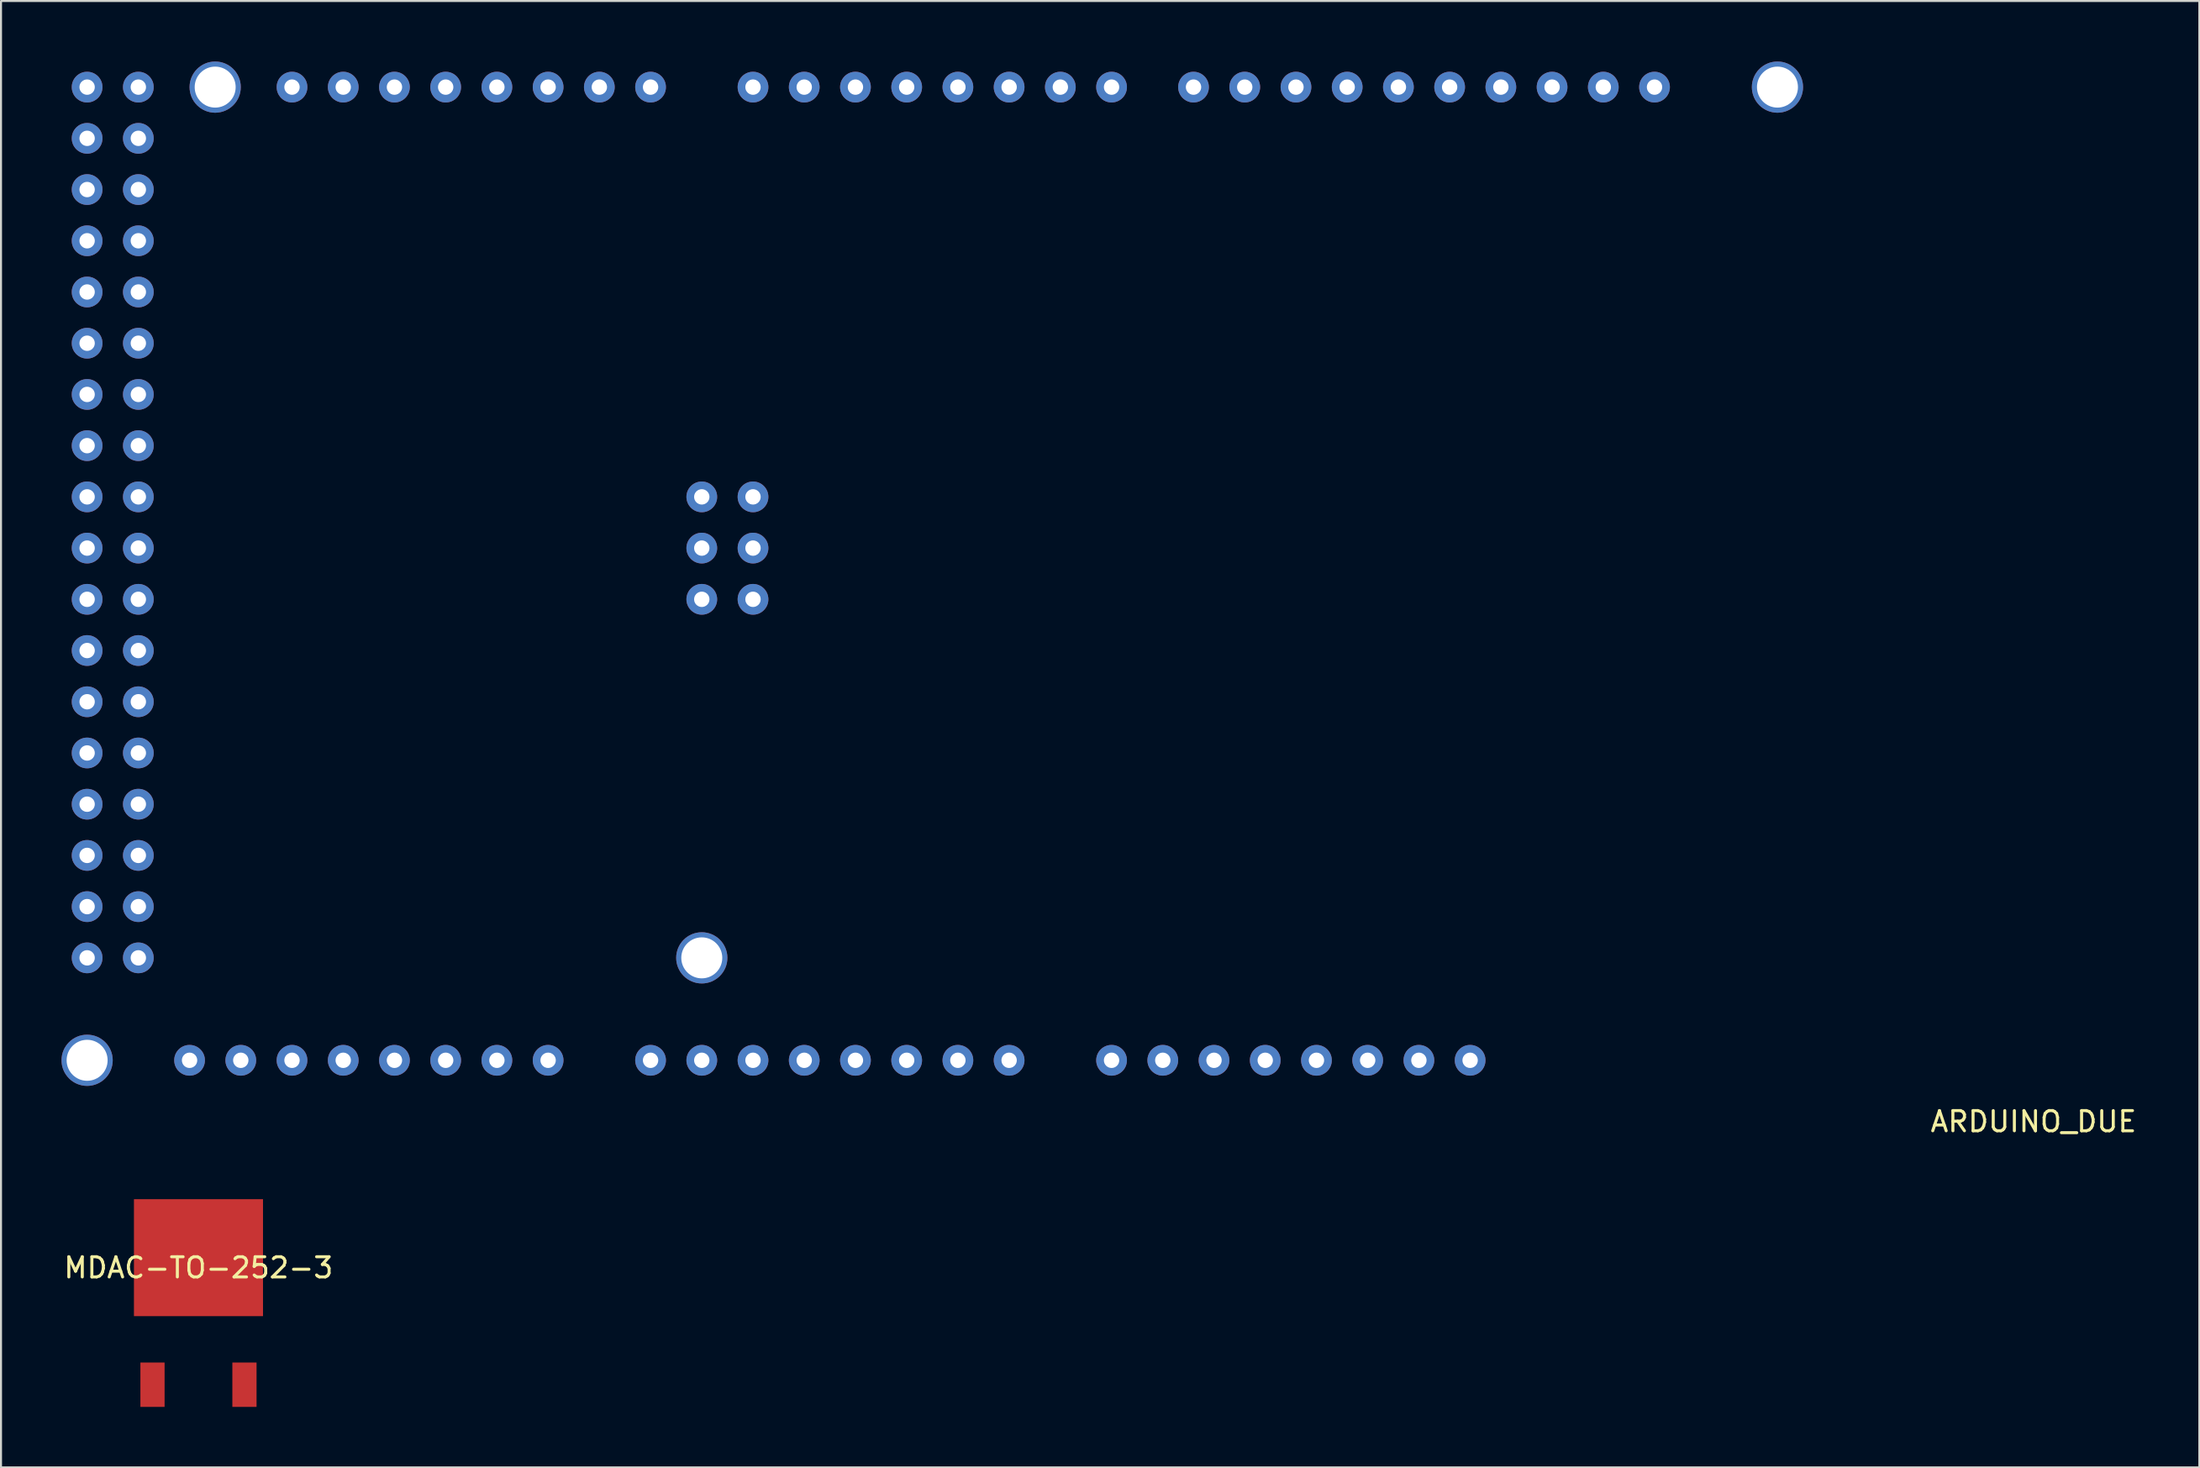
<source format=kicad_pcb>
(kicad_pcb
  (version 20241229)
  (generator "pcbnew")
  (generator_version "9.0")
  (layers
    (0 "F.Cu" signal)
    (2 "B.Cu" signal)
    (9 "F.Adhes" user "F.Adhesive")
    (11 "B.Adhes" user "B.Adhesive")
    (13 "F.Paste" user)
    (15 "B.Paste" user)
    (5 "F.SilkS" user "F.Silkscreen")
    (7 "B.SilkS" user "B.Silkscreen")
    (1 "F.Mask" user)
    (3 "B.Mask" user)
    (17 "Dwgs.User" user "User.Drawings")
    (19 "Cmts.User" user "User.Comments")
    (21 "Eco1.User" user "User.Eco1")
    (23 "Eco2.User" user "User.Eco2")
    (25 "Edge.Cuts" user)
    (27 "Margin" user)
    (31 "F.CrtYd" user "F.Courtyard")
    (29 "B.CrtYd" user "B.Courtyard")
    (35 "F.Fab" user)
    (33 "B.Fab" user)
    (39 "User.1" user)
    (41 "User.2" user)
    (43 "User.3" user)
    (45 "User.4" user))
  (footprint "MDAC-TO-252-3"
    (layer "F.Cu")
    (at 6.792 59.318)
    (property "Reference" "MDAC-TO-252-3" (at 0 0.5 0) (layer "F.SilkS") (effects (font (size 1 1) (thickness 0.15))))
    (attr through_hole)
    (pad "1" smd rect (at -2.28 6.3) (size 1.2 2.2) (layers "F.Cu" "F.Mask" "F.Paste"))
    (pad "2" smd rect (at 0 0) (size 6.4 5.8) (layers "F.Cu" "F.Mask" "F.Paste"))
    (pad "3" smd rect (at 2.28 6.3) (size 1.2 2.2) (layers "F.Cu" "F.Mask" "F.Paste")))
  (footprint "ARDUINO_DUE"
    (layer "F.Cu")
    (at 97.79 52.07)
    (property "Reference" "ARDUINO_DUE" (at 0 0.5 0) (layer "F.SilkS") (effects (font (size 1 1) (thickness 0.15))))
    (attr through_hole)
    (pad "1" thru_hole circle (at -27.94 -2.54) (size 1.524 1.524) (drill 0.762) (layers "*.Cu" "*.Mask"))
    (pad "2" thru_hole circle (at -30.48 -2.54) (size 1.524 1.524) (drill 0.762) (layers "*.Cu" "*.Mask"))
    (pad "3" thru_hole circle (at -33.02 -2.54) (size 1.524 1.524) (drill 0.762) (layers "*.Cu" "*.Mask"))
    (pad "4" thru_hole circle (at -35.56 -2.54) (size 1.524 1.524) (drill 0.762) (layers "*.Cu" "*.Mask"))
    (pad "5" thru_hole circle (at -38.1 -2.54) (size 1.524 1.524) (drill 0.762) (layers "*.Cu" "*.Mask"))
    (pad "6" thru_hole circle (at -40.64 -2.54) (size 1.524 1.524) (drill 0.762) (layers "*.Cu" "*.Mask"))
    (pad "7" thru_hole circle (at -43.18 -2.54) (size 1.524 1.524) (drill 0.762) (layers "*.Cu" "*.Mask"))
    (pad "8" thru_hole circle (at -45.72 -2.54) (size 1.524 1.524) (drill 0.762) (layers "*.Cu" "*.Mask"))
    (pad "9" thru_hole circle (at -50.8 -2.54) (size 1.524 1.524) (drill 0.762) (layers "*.Cu" "*.Mask"))
    (pad "10" thru_hole circle (at -53.34 -2.54) (size 1.524 1.524) (drill 0.762) (layers "*.Cu" "*.Mask"))
    (pad "11" thru_hole circle (at -55.88 -2.54) (size 1.524 1.524) (drill 0.762) (layers "*.Cu" "*.Mask"))
    (pad "12" thru_hole circle (at -58.42 -2.54) (size 1.524 1.524) (drill 0.762) (layers "*.Cu" "*.Mask"))
    (pad "13" thru_hole circle (at -60.96 -2.54) (size 1.524 1.524) (drill 0.762) (layers "*.Cu" "*.Mask"))
    (pad "14" thru_hole circle (at -63.5 -2.54) (size 1.524 1.524) (drill 0.762) (layers "*.Cu" "*.Mask"))
    (pad "15" thru_hole circle (at -66.04 -2.54) (size 1.524 1.524) (drill 0.762) (layers "*.Cu" "*.Mask"))
    (pad "16" thru_hole circle (at -68.58 -2.54) (size 1.524 1.524) (drill 0.762) (layers "*.Cu" "*.Mask"))
    (pad "17" thru_hole circle (at -73.66 -2.54) (size 1.524 1.524) (drill 0.762) (layers "*.Cu" "*.Mask"))
    (pad "18" thru_hole circle (at -76.2 -2.54) (size 1.524 1.524) (drill 0.762) (layers "*.Cu" "*.Mask"))
    (pad "19" thru_hole circle (at -78.74 -2.54) (size 1.524 1.524) (drill 0.762) (layers "*.Cu" "*.Mask"))
    (pad "20" thru_hole circle (at -81.28 -2.54) (size 1.524 1.524) (drill 0.762) (layers "*.Cu" "*.Mask"))
    (pad "21" thru_hole circle (at -83.82 -2.54) (size 1.524 1.524) (drill 0.762) (layers "*.Cu" "*.Mask"))
    (pad "22" thru_hole circle (at -86.36 -2.54) (size 1.524 1.524) (drill 0.762) (layers "*.Cu" "*.Mask"))
    (pad "23" thru_hole circle (at -88.9 -2.54) (size 1.524 1.524) (drill 0.762) (layers "*.Cu" "*.Mask"))
    (pad "24" thru_hole circle (at -91.44 -2.54) (size 1.524 1.524) (drill 0.762) (layers "*.Cu" "*.Mask"))
    (pad "25" thru_hole circle (at -93.98 -7.62) (size 1.524 1.524) (drill 0.762) (layers "*.Cu" "*.Mask"))
    (pad "26" thru_hole circle (at -96.52 -7.62) (size 1.524 1.524) (drill 0.762) (layers "*.Cu" "*.Mask"))
    (pad "27" thru_hole circle (at -93.98 -10.16) (size 1.524 1.524) (drill 0.762) (layers "*.Cu" "*.Mask"))
    (pad "28" thru_hole circle (at -96.52 -10.16) (size 1.524 1.524) (drill 0.762) (layers "*.Cu" "*.Mask"))
    (pad "29" thru_hole circle (at -93.98 -12.7) (size 1.524 1.524) (drill 0.762) (layers "*.Cu" "*.Mask"))
    (pad "30" thru_hole circle (at -96.52 -12.7) (size 1.524 1.524) (drill 0.762) (layers "*.Cu" "*.Mask"))
    (pad "31" thru_hole circle (at -93.98 -15.24) (size 1.524 1.524) (drill 0.762) (layers "*.Cu" "*.Mask"))
    (pad "32" thru_hole circle (at -96.52 -15.24) (size 1.524 1.524) (drill 0.762) (layers "*.Cu" "*.Mask"))
    (pad "33" thru_hole circle (at -93.98 -17.78) (size 1.524 1.524) (drill 0.762) (layers "*.Cu" "*.Mask"))
    (pad "34" thru_hole circle (at -96.52 -17.78) (size 1.524 1.524) (drill 0.762) (layers "*.Cu" "*.Mask"))
    (pad "35" thru_hole circle (at -93.98 -20.32) (size 1.524 1.524) (drill 0.762) (layers "*.Cu" "*.Mask"))
    (pad "36" thru_hole circle (at -96.52 -20.32) (size 1.524 1.524) (drill 0.762) (layers "*.Cu" "*.Mask"))
    (pad "37" thru_hole circle (at -93.98 -22.86) (size 1.524 1.524) (drill 0.762) (layers "*.Cu" "*.Mask"))
    (pad "38" thru_hole circle (at -96.52 -22.86) (size 1.524 1.524) (drill 0.762) (layers "*.Cu" "*.Mask"))
    (pad "39" thru_hole circle (at -93.98 -25.4) (size 1.524 1.524) (drill 0.762) (layers "*.Cu" "*.Mask"))
    (pad "40" thru_hole circle (at -96.52 -25.4) (size 1.524 1.524) (drill 0.762) (layers "*.Cu" "*.Mask"))
    (pad "41" thru_hole circle (at -93.98 -27.94) (size 1.524 1.524) (drill 0.762) (layers "*.Cu" "*.Mask"))
    (pad "42" thru_hole circle (at -96.52 -27.94) (size 1.524 1.524) (drill 0.762) (layers "*.Cu" "*.Mask"))
    (pad "43" thru_hole circle (at -93.98 -30.48) (size 1.524 1.524) (drill 0.762) (layers "*.Cu" "*.Mask"))
    (pad "44" thru_hole circle (at -96.52 -30.48) (size 1.524 1.524) (drill 0.762) (layers "*.Cu" "*.Mask"))
    (pad "45" thru_hole circle (at -93.98 -33.02) (size 1.524 1.524) (drill 0.762) (layers "*.Cu" "*.Mask"))
    (pad "46" thru_hole circle (at -96.52 -33.02) (size 1.524 1.524) (drill 0.762) (layers "*.Cu" "*.Mask"))
    (pad "47" thru_hole circle (at -93.98 -35.56) (size 1.524 1.524) (drill 0.762) (layers "*.Cu" "*.Mask"))
    (pad "48" thru_hole circle (at -96.52 -35.56) (size 1.524 1.524) (drill 0.762) (layers "*.Cu" "*.Mask"))
    (pad "49" thru_hole circle (at -93.98 -38.1) (size 1.524 1.524) (drill 0.762) (layers "*.Cu" "*.Mask"))
    (pad "50" thru_hole circle (at -96.52 -38.1) (size 1.524 1.524) (drill 0.762) (layers "*.Cu" "*.Mask"))
    (pad "51" thru_hole circle (at -93.98 -40.64) (size 1.524 1.524) (drill 0.762) (layers "*.Cu" "*.Mask"))
    (pad "52" thru_hole circle (at -96.52 -40.64) (size 1.524 1.524) (drill 0.762) (layers "*.Cu" "*.Mask"))
    (pad "53" thru_hole circle (at -93.98 -43.18) (size 1.524 1.524) (drill 0.762) (layers "*.Cu" "*.Mask"))
    (pad "54" thru_hole circle (at -96.52 -43.18) (size 1.524 1.524) (drill 0.762) (layers "*.Cu" "*.Mask"))
    (pad "55" thru_hole circle (at -93.98 -45.72) (size 1.524 1.524) (drill 0.762) (layers "*.Cu" "*.Mask"))
    (pad "56" thru_hole circle (at -96.52 -45.72) (size 1.524 1.524) (drill 0.762) (layers "*.Cu" "*.Mask"))
    (pad "57" thru_hole circle (at -93.98 -48.26) (size 1.524 1.524) (drill 0.762) (layers "*.Cu" "*.Mask"))
    (pad "58" thru_hole circle (at -96.52 -48.26) (size 1.524 1.524) (drill 0.762) (layers "*.Cu" "*.Mask"))
    (pad "59" thru_hole circle (at -93.98 -50.8) (size 1.524 1.524) (drill 0.762) (layers "*.Cu" "*.Mask"))
    (pad "60" thru_hole circle (at -96.52 -50.8) (size 1.524 1.524) (drill 0.762) (layers "*.Cu" "*.Mask"))
    (pad "61" thru_hole circle (at -86.36 -50.8) (size 1.524 1.524) (drill 0.762) (layers "*.Cu" "*.Mask"))
    (pad "62" thru_hole circle (at -83.82 -50.8) (size 1.524 1.524) (drill 0.762) (layers "*.Cu" "*.Mask"))
    (pad "63" thru_hole circle (at -81.28 -50.8) (size 1.524 1.524) (drill 0.762) (layers "*.Cu" "*.Mask"))
    (pad "64" thru_hole circle (at -78.74 -50.8) (size 1.524 1.524) (drill 0.762) (layers "*.Cu" "*.Mask"))
    (pad "65" thru_hole circle (at -76.2 -50.8) (size 1.524 1.524) (drill 0.762) (layers "*.Cu" "*.Mask"))
    (pad "66" thru_hole circle (at -73.66 -50.8) (size 1.524 1.524) (drill 0.762) (layers "*.Cu" "*.Mask"))
    (pad "67" thru_hole circle (at -71.12 -50.8) (size 1.524 1.524) (drill 0.762) (layers "*.Cu" "*.Mask"))
    (pad "68" thru_hole circle (at -68.58 -50.8) (size 1.524 1.524) (drill 0.762) (layers "*.Cu" "*.Mask"))
    (pad "69" thru_hole circle (at -63.5 -50.8) (size 1.524 1.524) (drill 0.762) (layers "*.Cu" "*.Mask"))
    (pad "70" thru_hole circle (at -60.96 -50.8) (size 1.524 1.524) (drill 0.762) (layers "*.Cu" "*.Mask"))
    (pad "71" thru_hole circle (at -58.42 -50.8) (size 1.524 1.524) (drill 0.762) (layers "*.Cu" "*.Mask"))
    (pad "72" thru_hole circle (at -55.88 -50.8) (size 1.524 1.524) (drill 0.762) (layers "*.Cu" "*.Mask"))
    (pad "73" thru_hole circle (at -53.34 -50.8) (size 1.524 1.524) (drill 0.762) (layers "*.Cu" "*.Mask"))
    (pad "74" thru_hole circle (at -50.8 -50.8) (size 1.524 1.524) (drill 0.762) (layers "*.Cu" "*.Mask"))
    (pad "75" thru_hole circle (at -48.26 -50.8) (size 1.524 1.524) (drill 0.762) (layers "*.Cu" "*.Mask"))
    (pad "76" thru_hole circle (at -45.72 -50.8) (size 1.524 1.524) (drill 0.762) (layers "*.Cu" "*.Mask"))
    (pad "77" thru_hole circle (at -41.656 -50.8) (size 1.524 1.524) (drill 0.762) (layers "*.Cu" "*.Mask"))
    (pad "78" thru_hole circle (at -39.116 -50.8) (size 1.524 1.524) (drill 0.762) (layers "*.Cu" "*.Mask"))
    (pad "79" thru_hole circle (at -36.576 -50.8) (size 1.524 1.524) (drill 0.762) (layers "*.Cu" "*.Mask"))
    (pad "80" thru_hole circle (at -34.036 -50.8) (size 1.524 1.524) (drill 0.762) (layers "*.Cu" "*.Mask"))
    (pad "81" thru_hole circle (at -31.496 -50.8) (size 1.524 1.524) (drill 0.762) (layers "*.Cu" "*.Mask"))
    (pad "82" thru_hole circle (at -28.956 -50.8) (size 1.524 1.524) (drill 0.762) (layers "*.Cu" "*.Mask"))
    (pad "83" thru_hole circle (at -26.416 -50.8) (size 1.524 1.524) (drill 0.762) (layers "*.Cu" "*.Mask"))
    (pad "84" thru_hole circle (at -23.876 -50.8) (size 1.524 1.524) (drill 0.762) (layers "*.Cu" "*.Mask"))
    (pad "85" thru_hole circle (at -21.336 -50.8) (size 1.524 1.524) (drill 0.762) (layers "*.Cu" "*.Mask"))
    (pad "86" thru_hole circle (at -18.796 -50.8) (size 1.524 1.524) (drill 0.762) (layers "*.Cu" "*.Mask"))
    (pad "87" thru_hole circle (at -63.5 -30.48) (size 1.524 1.524) (drill 0.762) (layers "*.Cu" "*.Mask"))
    (pad "88" thru_hole circle (at -63.5 -27.94) (size 1.524 1.524) (drill 0.762) (layers "*.Cu" "*.Mask"))
    (pad "89" thru_hole circle (at -63.5 -25.4) (size 1.524 1.524) (drill 0.762) (layers "*.Cu" "*.Mask"))
    (pad "90" thru_hole circle (at -66.04 -25.4) (size 1.524 1.524) (drill 0.762) (layers "*.Cu" "*.Mask"))
    (pad "91" thru_hole circle (at -66.04 -27.94) (size 1.524 1.524) (drill 0.762) (layers "*.Cu" "*.Mask"))
    (pad "92" thru_hole circle (at -66.04 -30.48) (size 1.524 1.524) (drill 0.762) (layers "*.Cu" "*.Mask"))
    (pad "93" thru_hole circle (at -12.7 -50.8) (size 2.54 2.54) (drill 2.032) (layers "*.Cu" "*.Mask"))
    (pad "94" thru_hole circle (at -90.17 -50.8) (size 2.54 2.54) (drill 2.032) (layers "*.Cu" "*.Mask"))
    (pad "95" thru_hole circle (at -66.04 -7.62) (size 2.54 2.54) (drill 2.032) (layers "*.Cu" "*.Mask"))
    (pad "96" thru_hole circle (at -96.52 -2.54) (size 2.54 2.54) (drill 2.032) (layers "*.Cu" "*.Mask")))
  (gr_rect
    (start -3 -3)
    (end 106.01 69.718)
    (stroke (width 0.1) (type default))
    (fill no)
    (layer "Edge.Cuts")))
</source>
